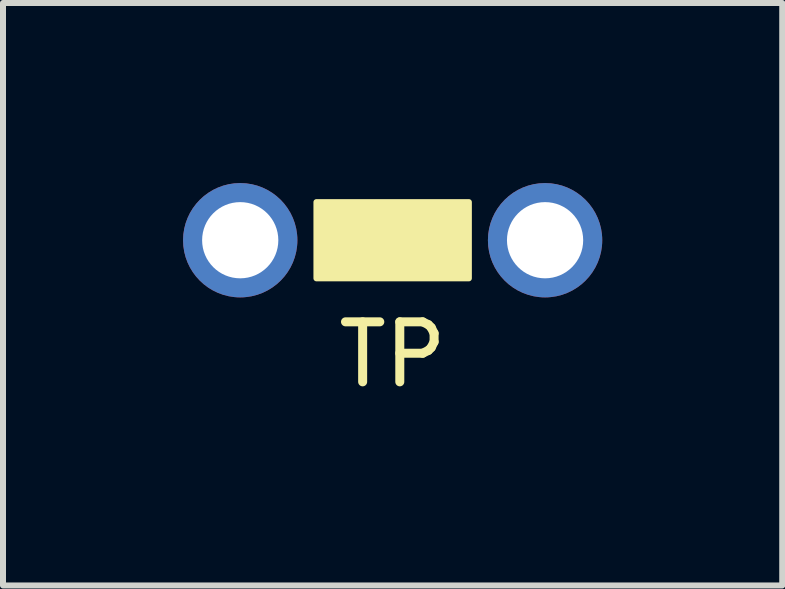
<source format=kicad_pcb>
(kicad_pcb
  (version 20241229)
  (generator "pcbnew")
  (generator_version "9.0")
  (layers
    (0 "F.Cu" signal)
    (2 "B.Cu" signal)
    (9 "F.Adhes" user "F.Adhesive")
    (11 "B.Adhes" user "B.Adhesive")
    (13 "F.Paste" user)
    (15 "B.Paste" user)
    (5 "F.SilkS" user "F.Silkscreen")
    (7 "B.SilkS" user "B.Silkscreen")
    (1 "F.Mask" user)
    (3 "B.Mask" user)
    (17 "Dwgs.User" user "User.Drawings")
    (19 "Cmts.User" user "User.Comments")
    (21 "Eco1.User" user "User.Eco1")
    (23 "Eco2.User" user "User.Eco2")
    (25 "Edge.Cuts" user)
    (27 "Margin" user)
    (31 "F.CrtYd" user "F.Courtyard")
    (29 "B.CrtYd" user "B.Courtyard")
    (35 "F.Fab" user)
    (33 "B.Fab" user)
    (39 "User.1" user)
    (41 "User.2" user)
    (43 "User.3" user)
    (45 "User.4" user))
  (footprint "TP"
    (layer "F.Cu")
    (at 3.493 0.953)
    (property "Reference" "TP" (at 0 1.905 0) (unlocked yes) (layer "F.SilkS") (effects (font (size 1 1) (thickness 0.15))))
    (attr through_hole)
    (fp_poly (pts (xy 1.27 0.635) (xy -1.27 0.635) (xy -1.27 -0.635) (xy 1.27 -0.635)) (stroke (width 0.1) (type solid)) (fill yes) (layer "F.SilkS"))
    (pad "1" thru_hole circle (at -2.54 0) (size 1.905 1.905) (drill 1.27) (layers "*.Cu" "*.Mask"))
    (pad "2" thru_hole circle (at 2.54 0) (size 1.905 1.905) (drill 1.27) (layers "*.Cu" "*.Mask")))
  (gr_rect
    (start -3 -3)
    (end 9.985 6.706)
    (stroke (width 0.1) (type default))
    (fill no)
    (layer "Edge.Cuts")))
</source>
